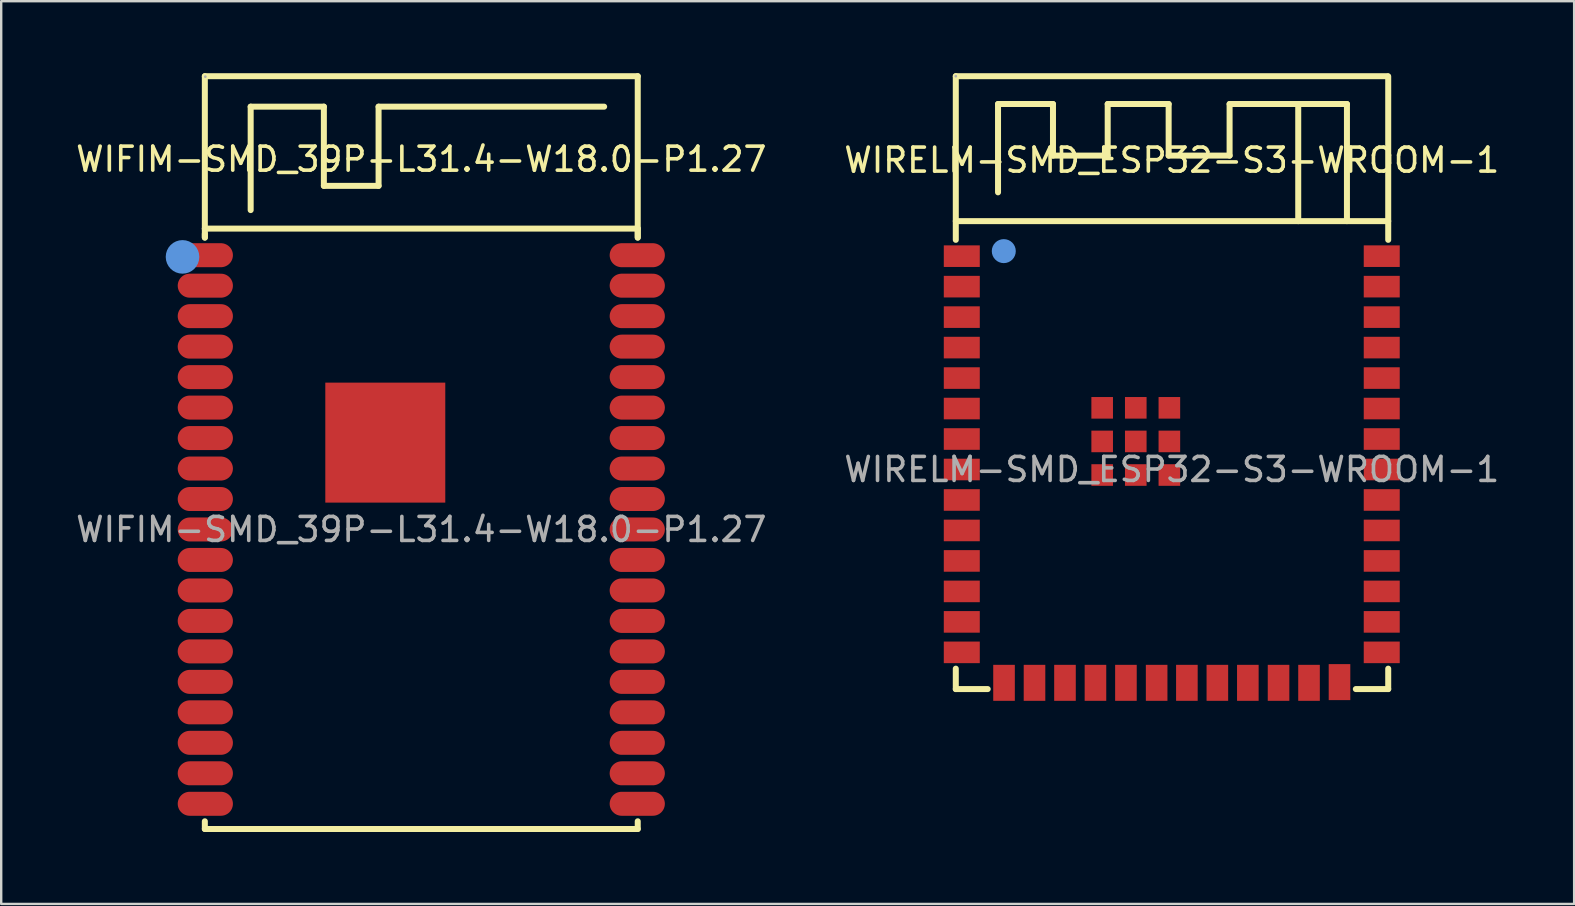
<source format=kicad_pcb>
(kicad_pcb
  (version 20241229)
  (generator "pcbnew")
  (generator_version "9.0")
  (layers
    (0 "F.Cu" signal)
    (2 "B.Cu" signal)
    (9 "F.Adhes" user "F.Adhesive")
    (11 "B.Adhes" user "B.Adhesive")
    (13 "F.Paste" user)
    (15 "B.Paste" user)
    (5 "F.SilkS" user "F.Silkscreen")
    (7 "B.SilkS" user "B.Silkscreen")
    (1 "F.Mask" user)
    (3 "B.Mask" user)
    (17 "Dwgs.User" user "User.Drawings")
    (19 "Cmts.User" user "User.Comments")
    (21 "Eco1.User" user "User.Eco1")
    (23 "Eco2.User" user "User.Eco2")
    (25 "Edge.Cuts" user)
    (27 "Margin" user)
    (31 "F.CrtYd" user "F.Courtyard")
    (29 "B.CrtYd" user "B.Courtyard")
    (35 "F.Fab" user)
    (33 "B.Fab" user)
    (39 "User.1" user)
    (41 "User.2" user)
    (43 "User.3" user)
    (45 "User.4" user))
  (footprint "WIRELM-SMD_ESP32-S3-WROOM-1"
    (layer "F.Cu")
    (at 45.78 16.515)
    (property "Reference" "WIRELM-SMD_ESP32-S3-WROOM-1" (at 0 -12.89 0) (layer "F.SilkS") (effects (font (size 1 1) (thickness 0.15))))
    (attr smd)
    (fp_line (start -9 -16.39) (end -9 -9.57) (stroke (width 0.25) (type solid)) (layer "F.SilkS"))
    (fp_line (start -9 -10.35) (end 9.02 -10.35) (stroke (width 0.25) (type solid)) (layer "F.SilkS"))
    (fp_line (start -9 8.3) (end -9 9.15) (stroke (width 0.25) (type solid)) (layer "F.SilkS"))
    (fp_line (start -9 9.15) (end -7.67 9.15) (stroke (width 0.25) (type solid)) (layer "F.SilkS"))
    (fp_line (start -7.24 -15.23) (end -7.24 -11.55) (stroke (width 0.25) (type solid)) (layer "F.SilkS"))
    (fp_line (start -4.95 -15.23) (end -7.24 -15.23) (stroke (width 0.25) (type solid)) (layer "F.SilkS"))
    (fp_line (start -4.95 -13.08) (end -4.95 -15.23) (stroke (width 0.25) (type solid)) (layer "F.SilkS"))
    (fp_line (start -2.67 -15.23) (end -2.67 -13.08) (stroke (width 0.25) (type solid)) (layer "F.SilkS"))
    (fp_line (start -2.67 -13.08) (end -4.95 -13.08) (stroke (width 0.25) (type solid)) (layer "F.SilkS"))
    (fp_line (start -0.13 -15.23) (end -2.67 -15.23) (stroke (width 0.25) (type solid)) (layer "F.SilkS"))
    (fp_line (start -0.13 -13.08) (end -0.13 -15.23) (stroke (width 0.25) (type solid)) (layer "F.SilkS"))
    (fp_line (start 2.41 -15.23) (end 2.41 -13.08) (stroke (width 0.25) (type solid)) (layer "F.SilkS"))
    (fp_line (start 2.41 -13.08) (end -0.13 -13.08) (stroke (width 0.25) (type solid)) (layer "F.SilkS"))
    (fp_line (start 5.27 -15.23) (end 2.41 -15.23) (stroke (width 0.25) (type solid)) (layer "F.SilkS"))
    (fp_line (start 5.27 -10.35) (end 5.27 -15.23) (stroke (width 0.25) (type solid)) (layer "F.SilkS"))
    (fp_line (start 7.3 -15.23) (end 5.06 -15.23) (stroke (width 0.25) (type solid)) (layer "F.SilkS"))
    (fp_line (start 7.3 -10.35) (end 7.3 -15.23) (stroke (width 0.25) (type solid)) (layer "F.SilkS"))
    (fp_line (start 7.67 9.15) (end 9.02 9.15) (stroke (width 0.25) (type solid)) (layer "F.SilkS"))
    (fp_line (start 9 -16.39) (end -9 -16.39) (stroke (width 0.25) (type solid)) (layer "F.SilkS"))
    (fp_line (start 9.02 -9.57) (end 9.02 -16.38) (stroke (width 0.25) (type solid)) (layer "F.SilkS"))
    (fp_line (start 9.02 9.15) (end 9.02 8.3) (stroke (width 0.25) (type solid)) (layer "F.SilkS"))
    (fp_circle (center -7 -9.1) (end -6.75 -9.1) (stroke (width 0.5) (type solid)) (fill no) (layer "Cmts.User"))
    (fp_circle (center -9 -16.39) (end -8.97 -16.39) (stroke (width 0.06) (type solid)) (fill no) (layer "F.Fab"))
    (fp_text user "${REFERENCE}" (at 0 0 0) (layer "F.Fab") (effects (font (size 1 1) (thickness 0.15))))
    (pad "1" smd rect (at -8.75 -8.89) (size 1.5 0.9) (layers "F.Cu" "F.Mask" "F.Paste"))
    (pad "2" smd rect (at -8.75 -7.62) (size 1.5 0.9) (layers "F.Cu" "F.Mask" "F.Paste"))
    (pad "3" smd rect (at -8.75 -6.35) (size 1.5 0.9) (layers "F.Cu" "F.Mask" "F.Paste"))
    (pad "4" smd rect (at -8.75 -5.08) (size 1.5 0.9) (layers "F.Cu" "F.Mask" "F.Paste"))
    (pad "5" smd rect (at -8.75 -3.81) (size 1.5 0.9) (layers "F.Cu" "F.Mask" "F.Paste"))
    (pad "6" smd rect (at -8.75 -2.54) (size 1.5 0.9) (layers "F.Cu" "F.Mask" "F.Paste"))
    (pad "7" smd rect (at -8.75 -1.27) (size 1.5 0.9) (layers "F.Cu" "F.Mask" "F.Paste"))
    (pad "8" smd rect (at -8.75 0) (size 1.5 0.9) (layers "F.Cu" "F.Mask" "F.Paste"))
    (pad "9" smd rect (at -8.75 1.27) (size 1.5 0.9) (layers "F.Cu" "F.Mask" "F.Paste"))
    (pad "10" smd rect (at -8.75 2.54) (size 1.5 0.9) (layers "F.Cu" "F.Mask" "F.Paste"))
    (pad "11" smd rect (at -8.75 3.81) (size 1.5 0.9) (layers "F.Cu" "F.Mask" "F.Paste"))
    (pad "12" smd rect (at -8.75 5.08) (size 1.5 0.9) (layers "F.Cu" "F.Mask" "F.Paste"))
    (pad "13" smd rect (at -8.75 6.35) (size 1.5 0.9) (layers "F.Cu" "F.Mask" "F.Paste"))
    (pad "14" smd rect (at -8.75 7.62) (size 1.5 0.9) (layers "F.Cu" "F.Mask" "F.Paste"))
    (pad "15" smd rect (at -6.99 8.89 90) (size 1.5 0.9) (layers "F.Cu" "F.Mask" "F.Paste"))
    (pad "16" smd rect (at -5.72 8.89 90) (size 1.5 0.9) (layers "F.Cu" "F.Mask" "F.Paste"))
    (pad "17" smd rect (at -4.45 8.89 90) (size 1.5 0.9) (layers "F.Cu" "F.Mask" "F.Paste"))
    (pad "18" smd rect (at -3.18 8.89 90) (size 1.5 0.9) (layers "F.Cu" "F.Mask" "F.Paste"))
    (pad "19" smd rect (at -1.91 8.89 90) (size 1.5 0.9) (layers "F.Cu" "F.Mask" "F.Paste"))
    (pad "20" smd rect (at -0.63 8.89 90) (size 1.5 0.9) (layers "F.Cu" "F.Mask" "F.Paste"))
    (pad "21" smd rect (at 0.63 8.89 90) (size 1.5 0.9) (layers "F.Cu" "F.Mask" "F.Paste"))
    (pad "22" smd rect (at 1.9 8.89 90) (size 1.5 0.9) (layers "F.Cu" "F.Mask" "F.Paste"))
    (pad "23" smd rect (at 3.17 8.89 90) (size 1.5 0.9) (layers "F.Cu" "F.Mask" "F.Paste"))
    (pad "24" smd rect (at 4.45 8.89 90) (size 1.5 0.9) (layers "F.Cu" "F.Mask" "F.Paste"))
    (pad "25" smd rect (at 5.72 8.89 90) (size 1.5 0.9) (layers "F.Cu" "F.Mask" "F.Paste"))
    (pad "26" smd rect (at 6.99 8.86 90) (size 1.5 0.9) (layers "F.Cu" "F.Mask" "F.Paste"))
    (pad "27" smd rect (at 8.75 7.62 180) (size 1.5 0.9) (layers "F.Cu" "F.Mask" "F.Paste"))
    (pad "28" smd rect (at 8.75 6.35 180) (size 1.5 0.9) (layers "F.Cu" "F.Mask" "F.Paste"))
    (pad "29" smd rect (at 8.75 5.08 180) (size 1.5 0.9) (layers "F.Cu" "F.Mask" "F.Paste"))
    (pad "30" smd rect (at 8.75 3.81 180) (size 1.5 0.9) (layers "F.Cu" "F.Mask" "F.Paste"))
    (pad "31" smd rect (at 8.75 2.54 180) (size 1.5 0.9) (layers "F.Cu" "F.Mask" "F.Paste"))
    (pad "32" smd rect (at 8.75 1.27 180) (size 1.5 0.9) (layers "F.Cu" "F.Mask" "F.Paste"))
    (pad "33" smd rect (at 8.75 0 180) (size 1.5 0.9) (layers "F.Cu" "F.Mask" "F.Paste"))
    (pad "34" smd rect (at 8.75 -1.27 180) (size 1.5 0.9) (layers "F.Cu" "F.Mask" "F.Paste"))
    (pad "35" smd rect (at 8.75 -2.54 180) (size 1.5 0.9) (layers "F.Cu" "F.Mask" "F.Paste"))
    (pad "36" smd rect (at 8.75 -3.81 180) (size 1.5 0.9) (layers "F.Cu" "F.Mask" "F.Paste"))
    (pad "37" smd rect (at 8.75 -5.08 180) (size 1.5 0.9) (layers "F.Cu" "F.Mask" "F.Paste"))
    (pad "38" smd rect (at 8.75 -6.35 180) (size 1.5 0.9) (layers "F.Cu" "F.Mask" "F.Paste"))
    (pad "39" smd rect (at 8.75 -7.62 180) (size 1.5 0.9) (layers "F.Cu" "F.Mask" "F.Paste"))
    (pad "40" smd rect (at 8.75 -8.89 180) (size 1.5 0.9) (layers "F.Cu" "F.Mask" "F.Paste"))
    (pad "41" smd rect (at -2.9 -2.57 90) (size 0.9 0.9) (layers "F.Cu" "F.Mask" "F.Paste"))
    (pad "41" smd rect (at -2.9 -1.17 90) (size 0.9 0.9) (layers "F.Cu" "F.Mask" "F.Paste"))
    (pad "41" smd rect (at -2.9 0.23 90) (size 0.9 0.9) (layers "F.Cu" "F.Mask" "F.Paste"))
    (pad "41" smd rect (at -1.5 -2.57 90) (size 0.9 0.9) (layers "F.Cu" "F.Mask" "F.Paste"))
    (pad "41" smd rect (at -1.5 -1.17 90) (size 0.9 0.9) (layers "F.Cu" "F.Mask" "F.Paste"))
    (pad "41" smd rect (at -1.5 0.23 90) (size 0.9 0.9) (layers "F.Cu" "F.Mask" "F.Paste"))
    (pad "41" smd rect (at -0.1 -2.57 90) (size 0.9 0.9) (layers "F.Cu" "F.Mask" "F.Paste"))
    (pad "41" smd rect (at -0.1 -1.17 90) (size 0.9 0.9) (layers "F.Cu" "F.Mask" "F.Paste"))
    (pad "41" smd rect (at -0.1 0.23 90) (size 0.9 0.9) (layers "F.Cu" "F.Mask" "F.Paste")))
  (footprint "WIFIM-SMD_39P-L31.4-W18.0-P1.27"
    (layer "F.Cu")
    (at 14.506 19.015)
    (property "Reference" "WIFIM-SMD_39P-L31.4-W18.0-P1.27" (at 0 -15.43 0) (layer "F.SilkS") (effects (font (size 1 1) (thickness 0.15))))
    (attr smd)
    (fp_line (start -9.02 -18.89) (end 9.02 -18.89) (stroke (width 0.25) (type solid)) (layer "F.SilkS"))
    (fp_line (start -9.02 -12.54) (end -9.02 -18.89) (stroke (width 0.25) (type solid)) (layer "F.SilkS"))
    (fp_line (start -9.02 -12.52) (end -9.02 -12.16) (stroke (width 0.25) (type solid)) (layer "F.SilkS"))
    (fp_line (start -9.02 -12.17) (end -9.02 -12.32) (stroke (width 0.25) (type solid)) (layer "F.SilkS"))
    (fp_line (start -9.02 12.48) (end -9.02 12.16) (stroke (width 0.25) (type solid)) (layer "F.SilkS"))
    (fp_line (start -7.11 -17.62) (end -4.06 -17.62) (stroke (width 0.25) (type solid)) (layer "F.SilkS"))
    (fp_line (start -7.11 -13.31) (end -7.11 -17.62) (stroke (width 0.25) (type solid)) (layer "F.SilkS"))
    (fp_line (start -4.06 -17.62) (end -4.06 -14.32) (stroke (width 0.25) (type solid)) (layer "F.SilkS"))
    (fp_line (start -4.06 -14.32) (end -1.78 -14.32) (stroke (width 0.25) (type solid)) (layer "F.SilkS"))
    (fp_line (start -1.78 -17.62) (end 7.62 -17.62) (stroke (width 0.25) (type solid)) (layer "F.SilkS"))
    (fp_line (start -1.78 -14.32) (end -1.78 -17.62) (stroke (width 0.25) (type solid)) (layer "F.SilkS"))
    (fp_line (start 9.02 -18.89) (end 9.02 -12.17) (stroke (width 0.25) (type solid)) (layer "F.SilkS"))
    (fp_line (start 9.02 -12.54) (end -9.02 -12.54) (stroke (width 0.25) (type solid)) (layer "F.SilkS"))
    (fp_line (start 9.02 -12.16) (end 9.02 -12.54) (stroke (width 0.25) (type solid)) (layer "F.SilkS"))
    (fp_line (start 9.02 12.16) (end 9.02 12.48) (stroke (width 0.25) (type solid)) (layer "F.SilkS"))
    (fp_line (start 9.02 12.48) (end -9.02 12.48) (stroke (width 0.25) (type solid)) (layer "F.SilkS"))
    (fp_circle (center -9.95 -11.36) (end -9.6 -11.36) (stroke (width 0.7) (type solid)) (fill no) (layer "Cmts.User"))
    (fp_circle (center -9 -18.87) (end -8.97 -18.87) (stroke (width 0.06) (type solid)) (fill no) (layer "F.Fab"))
    (fp_text user "${REFERENCE}" (at 0 0 0) (layer "F.Fab") (effects (font (size 1 1) (thickness 0.15))))
    (pad "1" smd oval (at -9 -11.43) (size 2.3 1) (layers "F.Cu" "F.Mask" "F.Paste"))
    (pad "2" smd oval (at -9 -10.16) (size 2.3 1) (layers "F.Cu" "F.Mask" "F.Paste"))
    (pad "3" smd oval (at -9 -8.89) (size 2.3 1) (layers "F.Cu" "F.Mask" "F.Paste"))
    (pad "4" smd oval (at -9 -7.62) (size 2.3 1) (layers "F.Cu" "F.Mask" "F.Paste"))
    (pad "5" smd oval (at -9 -6.35) (size 2.3 1) (layers "F.Cu" "F.Mask" "F.Paste"))
    (pad "6" smd oval (at -9 -5.08) (size 2.3 1) (layers "F.Cu" "F.Mask" "F.Paste"))
    (pad "7" smd oval (at -9 -3.81) (size 2.3 1) (layers "F.Cu" "F.Mask" "F.Paste"))
    (pad "8" smd oval (at -9 -2.54) (size 2.3 1) (layers "F.Cu" "F.Mask" "F.Paste"))
    (pad "9" smd oval (at -9 -1.27) (size 2.3 1) (layers "F.Cu" "F.Mask" "F.Paste"))
    (pad "10" smd oval (at -9 0) (size 2.3 1) (layers "F.Cu" "F.Mask" "F.Paste"))
    (pad "11" smd oval (at -9 1.27) (size 2.3 1) (layers "F.Cu" "F.Mask" "F.Paste"))
    (pad "12" smd oval (at -9 2.54) (size 2.3 1) (layers "F.Cu" "F.Mask" "F.Paste"))
    (pad "13" smd oval (at -9 3.81) (size 2.3 1) (layers "F.Cu" "F.Mask" "F.Paste"))
    (pad "14" smd oval (at -9 5.08) (size 2.3 1) (layers "F.Cu" "F.Mask" "F.Paste"))
    (pad "15" smd oval (at -9 6.35) (size 2.3 1) (layers "F.Cu" "F.Mask" "F.Paste"))
    (pad "16" smd oval (at -9 7.62) (size 2.3 1) (layers "F.Cu" "F.Mask" "F.Paste"))
    (pad "17" smd oval (at -9 8.89) (size 2.3 1) (layers "F.Cu" "F.Mask" "F.Paste"))
    (pad "18" smd oval (at -9 10.16) (size 2.3 1) (layers "F.Cu" "F.Mask" "F.Paste"))
    (pad "19" smd oval (at -9 11.43) (size 2.3 1) (layers "F.Cu" "F.Mask" "F.Paste"))
    (pad "20" smd oval (at 9 11.43) (size 2.3 1) (layers "F.Cu" "F.Mask" "F.Paste"))
    (pad "21" smd oval (at 9 10.16) (size 2.3 1) (layers "F.Cu" "F.Mask" "F.Paste"))
    (pad "22" smd oval (at 9 8.89) (size 2.3 1) (layers "F.Cu" "F.Mask" "F.Paste"))
    (pad "23" smd oval (at 9 7.62) (size 2.3 1) (layers "F.Cu" "F.Mask" "F.Paste"))
    (pad "24" smd oval (at 9 6.35) (size 2.3 1) (layers "F.Cu" "F.Mask" "F.Paste"))
    (pad "25" smd oval (at 9 5.08) (size 2.3 1) (layers "F.Cu" "F.Mask" "F.Paste"))
    (pad "26" smd oval (at 9 3.81) (size 2.3 1) (layers "F.Cu" "F.Mask" "F.Paste"))
    (pad "27" smd oval (at 9 2.54) (size 2.3 1) (layers "F.Cu" "F.Mask" "F.Paste"))
    (pad "28" smd oval (at 9 1.27) (size 2.3 1) (layers "F.Cu" "F.Mask" "F.Paste"))
    (pad "29" smd oval (at 9 0) (size 2.3 1) (layers "F.Cu" "F.Mask" "F.Paste"))
    (pad "30" smd oval (at 9 -1.27) (size 2.3 1) (layers "F.Cu" "F.Mask" "F.Paste"))
    (pad "31" smd oval (at 9 -2.54) (size 2.3 1) (layers "F.Cu" "F.Mask" "F.Paste"))
    (pad "32" smd oval (at 9 -3.81) (size 2.3 1) (layers "F.Cu" "F.Mask" "F.Paste"))
    (pad "33" smd oval (at 9 -5.08) (size 2.3 1) (layers "F.Cu" "F.Mask" "F.Paste"))
    (pad "34" smd oval (at 9 -6.35) (size 2.3 1) (layers "F.Cu" "F.Mask" "F.Paste"))
    (pad "35" smd oval (at 9 -7.62) (size 2.3 1) (layers "F.Cu" "F.Mask" "F.Paste"))
    (pad "36" smd oval (at 9 -8.89) (size 2.3 1) (layers "F.Cu" "F.Mask" "F.Paste"))
    (pad "37" smd oval (at 9 -10.16) (size 2.3 1) (layers "F.Cu" "F.Mask" "F.Paste"))
    (pad "38" smd oval (at 9 -11.43) (size 2.3 1) (layers "F.Cu" "F.Mask" "F.Paste"))
    (pad "39" smd rect (at -1.5 -3.62) (size 5 5) (layers "F.Cu" "F.Mask" "F.Paste")))
  (gr_rect
    (start -3 -3)
    (end 62.548 34.62)
    (stroke (width 0.1) (type default))
    (fill no)
    (layer "Edge.Cuts")))
</source>
